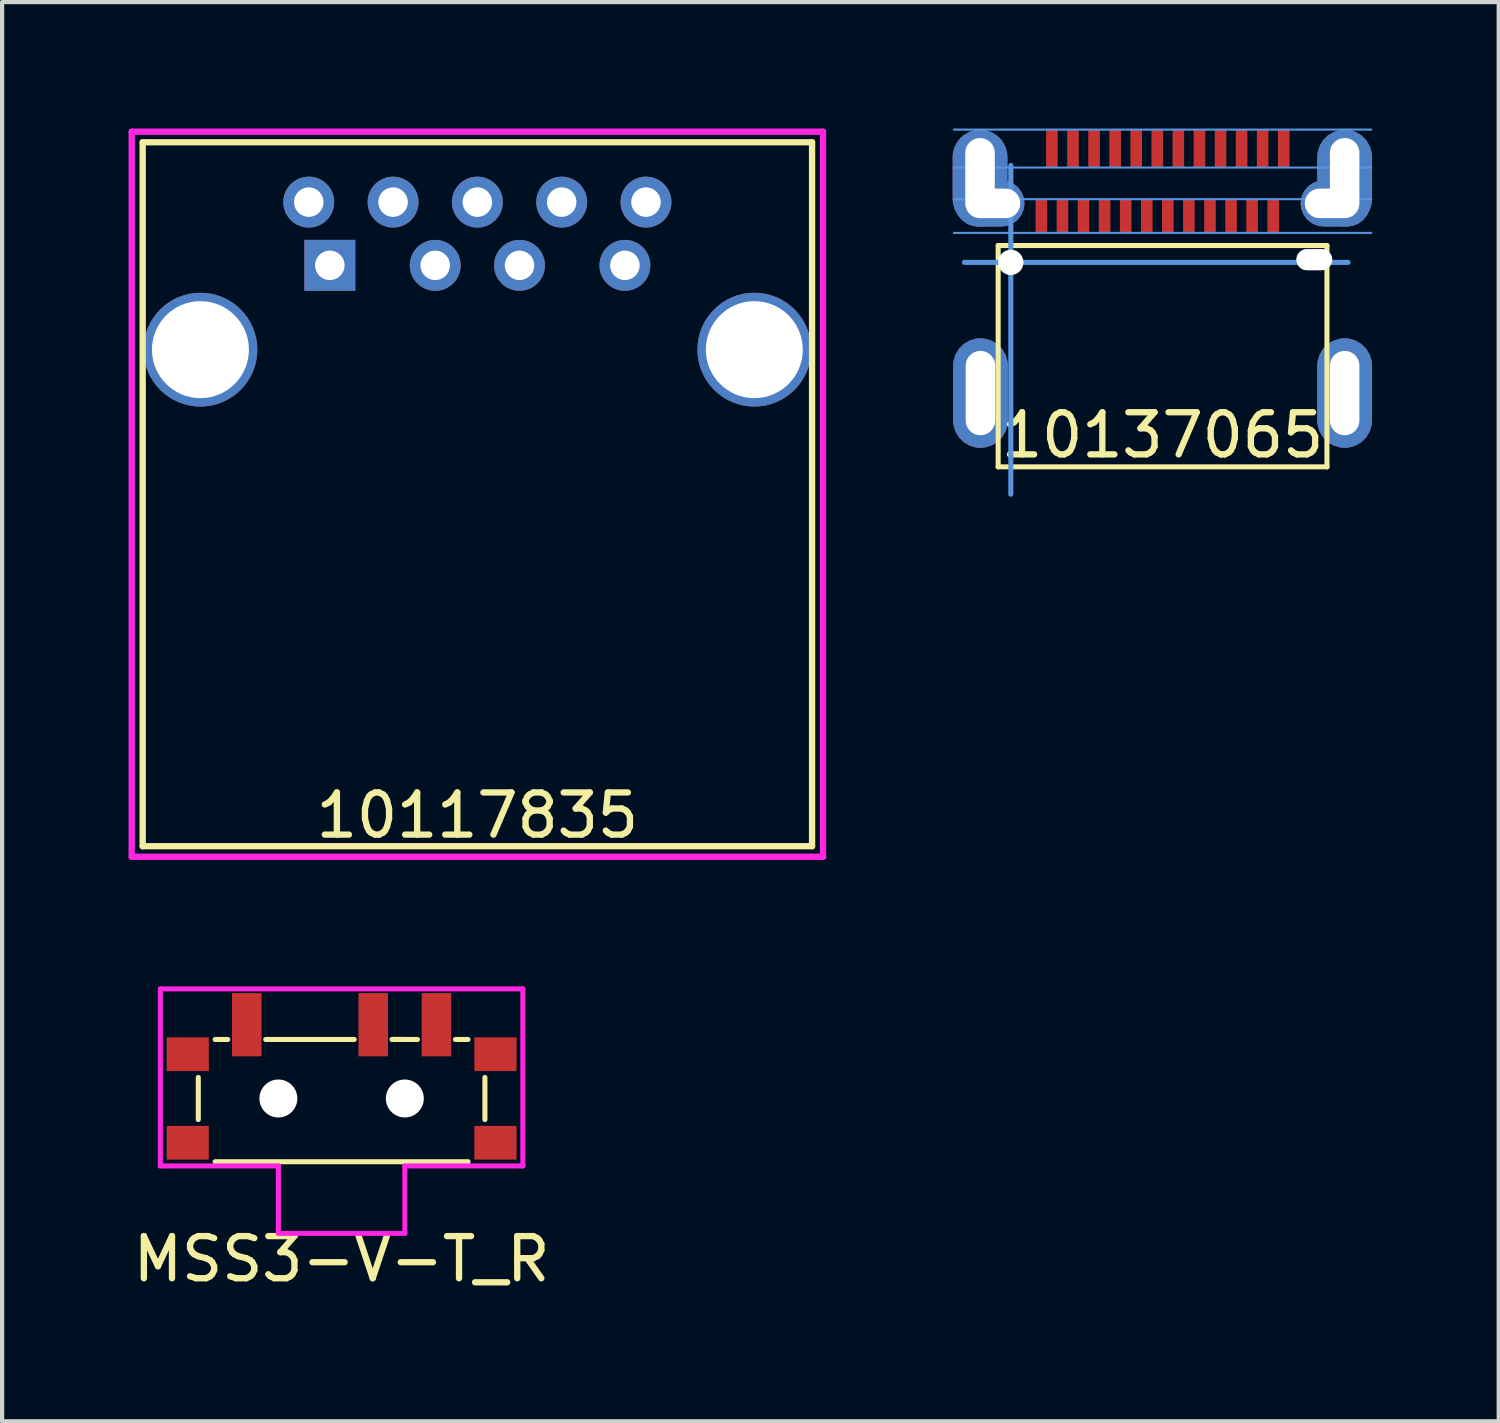
<source format=kicad_pcb>
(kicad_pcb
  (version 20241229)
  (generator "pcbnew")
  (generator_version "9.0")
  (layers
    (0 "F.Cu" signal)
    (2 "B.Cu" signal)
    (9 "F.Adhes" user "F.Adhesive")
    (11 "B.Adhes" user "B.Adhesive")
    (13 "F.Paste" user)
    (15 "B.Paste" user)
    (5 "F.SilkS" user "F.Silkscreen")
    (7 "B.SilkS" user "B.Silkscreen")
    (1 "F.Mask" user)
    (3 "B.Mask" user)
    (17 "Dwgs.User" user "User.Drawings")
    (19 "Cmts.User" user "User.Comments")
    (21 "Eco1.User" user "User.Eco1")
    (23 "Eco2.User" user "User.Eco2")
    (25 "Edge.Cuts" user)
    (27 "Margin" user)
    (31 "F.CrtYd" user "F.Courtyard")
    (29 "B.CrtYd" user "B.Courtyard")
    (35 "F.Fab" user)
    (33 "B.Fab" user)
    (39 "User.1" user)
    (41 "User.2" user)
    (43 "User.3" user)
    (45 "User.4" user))
  (footprint "MSS3-V-T_R"
    (layer "F.Cu")
    (at 5.054 23.01)
    (property "Reference" "MSS3-V-T_R" (at 0 3.81 0) (layer "F.SilkS") (effects (font (size 1 1) (thickness 0.15))))
    (attr smd)
    (fp_line (start -3.4 -0.5) (end -3.4 0.5) (stroke (width 0.12) (type solid)) (layer "F.SilkS"))
    (fp_line (start -3 1.5) (end 3 1.5) (stroke (width 0.12) (type solid)) (layer "F.SilkS"))
    (fp_line (start -2.7 -1.4) (end -3 -1.4) (stroke (width 0.12) (type solid)) (layer "F.SilkS"))
    (fp_line (start 0.3 -1.4) (end -1.8 -1.4) (stroke (width 0.12) (type solid)) (layer "F.SilkS"))
    (fp_line (start 1.2 -1.4) (end 1.3 -1.4) (stroke (width 0.12) (type solid)) (layer "F.SilkS"))
    (fp_line (start 1.3 -1.4) (end 1.4 -1.4) (stroke (width 0.12) (type solid)) (layer "F.SilkS"))
    (fp_line (start 1.4 -1.4) (end 1.5 -1.4) (stroke (width 0.12) (type solid)) (layer "F.SilkS"))
    (fp_line (start 1.8 -1.4) (end 1.2 -1.4) (stroke (width 0.12) (type solid)) (layer "F.SilkS"))
    (fp_line (start 2.7 -1.4) (end 3 -1.4) (stroke (width 0.12) (type solid)) (layer "F.SilkS"))
    (fp_line (start 3.4 -0.5) (end 3.4 0.5) (stroke (width 0.12) (type solid)) (layer "F.SilkS"))
    (fp_line (start -4.3 -2.6) (end -4.3 1.6) (stroke (width 0.12) (type solid)) (layer "F.CrtYd"))
    (fp_line (start -4.3 1.6) (end -1.5 1.6) (stroke (width 0.12) (type solid)) (layer "F.CrtYd"))
    (fp_line (start -1.5 1.6) (end -1.5 3.2) (stroke (width 0.12) (type solid)) (layer "F.CrtYd"))
    (fp_line (start -1.5 3.2) (end 1.5 3.2) (stroke (width 0.12) (type solid)) (layer "F.CrtYd"))
    (fp_line (start 1.5 1.6) (end 4.3 1.6) (stroke (width 0.12) (type solid)) (layer "F.CrtYd"))
    (fp_line (start 1.5 3.2) (end 1.5 1.6) (stroke (width 0.12) (type solid)) (layer "F.CrtYd"))
    (fp_line (start 4.3 -2.6) (end -4.3 -2.6) (stroke (width 0.12) (type solid)) (layer "F.CrtYd"))
    (fp_line (start 4.3 1.6) (end 4.3 -2.6) (stroke (width 0.12) (type solid)) (layer "F.CrtYd"))
    (pad "" smd rect (at -3.65 -1.05) (size 1 0.8) (layers "F.Cu" "F.Mask" "F.Paste"))
    (pad "" smd rect (at -3.65 1.05) (size 1 0.8) (layers "F.Cu" "F.Mask" "F.Paste"))
    (pad "" np_thru_hole circle (at -1.5 0) (size 0.9 0.9) (drill 0.9) (layers "*.Cu" "*.Mask"))
    (pad "" np_thru_hole circle (at 1.5 0) (size 0.9 0.9) (drill 0.9) (layers "*.Cu" "*.Mask"))
    (pad "" smd rect (at 3.65 -1.05) (size 1 0.8) (layers "F.Cu" "F.Mask" "F.Paste"))
    (pad "" smd rect (at 3.65 1.05) (size 1 0.8) (layers "F.Cu" "F.Mask" "F.Paste"))
    (pad "1" smd rect (at -2.25 -1.75) (size 0.7 1.5) (layers "F.Cu" "F.Mask" "F.Paste"))
    (pad "2" smd rect (at 0.75 -1.75) (size 0.7 1.5) (layers "F.Cu" "F.Mask" "F.Paste"))
    (pad "3" smd rect (at 2.25 -1.75) (size 0.7 1.5) (layers "F.Cu" "F.Mask" "F.Paste")))
  (footprint "10137065"
    (layer "F.Cu")
    (at 24.53 6.275)
    (property "Reference" "10137065" (at 0 1 0) (layer "F.SilkS") (effects (font (size 1 1) (thickness 0.15))))
    (attr through_hole)
    (fp_line (start -3.9 -3.5) (end 3.9 -3.5) (stroke (width 0.12) (type solid)) (layer "F.SilkS"))
    (fp_line (start -3.9 1.75) (end -3.9 -3.5) (stroke (width 0.12) (type solid)) (layer "F.SilkS"))
    (fp_line (start 3.9 -3.5) (end 3.9 1.75) (stroke (width 0.12) (type solid)) (layer "F.SilkS"))
    (fp_line (start 3.9 1.75) (end -3.9 1.75) (stroke (width 0.12) (type solid)) (layer "F.SilkS"))
    (fp_line (start -4.7 -3.1) (end 4.4 -3.1) (stroke (width 0.12) (type solid)) (layer "Cmts.User"))
    (fp_line (start -3.6 -5.4) (end -3.6 2.4) (stroke (width 0.12) (type solid)) (layer "Cmts.User"))
    (fp_line (start 4.95 -6.25) (end -4.95 -6.25) (stroke (width 0.05) (type solid)) (layer "Cmts.User"))
    (fp_line (start 4.95 -5.35) (end -4.95 -5.35) (stroke (width 0.05) (type solid)) (layer "Cmts.User"))
    (fp_line (start 4.95 -4.6) (end -4.95 -4.6) (stroke (width 0.05) (type solid)) (layer "Cmts.User"))
    (fp_line (start 4.95 -3.8) (end -4.95 -3.8) (stroke (width 0.05) (type solid)) (layer "Cmts.User"))
    (pad "" np_thru_hole circle (at -3.6 -3.1) (size 0.6 0.6) (drill 0.6) (layers "*.Cu" "*.Mask"))
    (pad "" np_thru_hole roundrect (at 3.6 -3.165) (size 0.85 0.5) (drill oval 0.85 0.5) (layers "*.Cu" "*.Mask") (roundrect_rratio 0.5))
    (pad "A1" smd rect (at -2.625 -5.8) (size 0.275 0.9) (layers "F.Cu" "F.Mask" "F.Paste"))
    (pad "A2" smd rect (at -2.125 -5.8) (size 0.275 0.9) (layers "F.Cu" "F.Mask" "F.Paste"))
    (pad "A3" smd rect (at -1.625 -5.8) (size 0.275 0.9) (layers "F.Cu" "F.Mask" "F.Paste"))
    (pad "A4" smd rect (at -1.125 -5.8) (size 0.275 0.9) (layers "F.Cu" "F.Mask" "F.Paste"))
    (pad "A5" smd rect (at -0.625 -5.8) (size 0.275 0.9) (layers "F.Cu" "F.Mask" "F.Paste"))
    (pad "A6" smd rect (at -0.125 -5.8) (size 0.275 0.9) (layers "F.Cu" "F.Mask" "F.Paste"))
    (pad "A7" smd rect (at 0.375 -5.8) (size 0.275 0.9) (layers "F.Cu" "F.Mask" "F.Paste"))
    (pad "A8" smd rect (at 0.875 -5.8) (size 0.275 0.9) (layers "F.Cu" "F.Mask" "F.Paste"))
    (pad "A9" smd rect (at 1.375 -5.8) (size 0.275 0.9) (layers "F.Cu" "F.Mask" "F.Paste"))
    (pad "A10" smd rect (at 1.875 -5.8) (size 0.275 0.9) (layers "F.Cu" "F.Mask" "F.Paste"))
    (pad "A11" smd rect (at 2.375 -5.8) (size 0.275 0.9) (layers "F.Cu" "F.Mask" "F.Paste"))
    (pad "A12" smd rect (at 2.875 -5.8) (size 0.275 0.9) (layers "F.Cu" "F.Mask" "F.Paste"))
    (pad "B1" smd rect (at 2.625 -4.2) (size 0.275 0.8) (layers "F.Cu" "F.Mask" "F.Paste"))
    (pad "B2" smd rect (at 2.125 -4.2) (size 0.275 0.8) (layers "F.Cu" "F.Mask" "F.Paste"))
    (pad "B3" smd rect (at 1.625 -4.2) (size 0.275 0.8) (layers "F.Cu" "F.Mask" "F.Paste"))
    (pad "B4" smd rect (at 1.125 -4.2) (size 0.275 0.8) (layers "F.Cu" "F.Mask" "F.Paste"))
    (pad "B5" smd rect (at 0.625 -4.2) (size 0.275 0.8) (layers "F.Cu" "F.Mask" "F.Paste"))
    (pad "B6" smd rect (at 0.125 -4.2) (size 0.275 0.8) (layers "F.Cu" "F.Mask" "F.Paste"))
    (pad "B7" smd rect (at -0.375 -4.2) (size 0.275 0.8) (layers "F.Cu" "F.Mask" "F.Paste"))
    (pad "B8" smd rect (at -0.875 -4.2) (size 0.275 0.8) (layers "F.Cu" "F.Mask" "F.Paste"))
    (pad "B9" smd rect (at -1.375 -4.2) (size 0.275 0.8) (layers "F.Cu" "F.Mask" "F.Paste"))
    (pad "B10" smd rect (at -1.875 -4.2) (size 0.275 0.8) (layers "F.Cu" "F.Mask" "F.Paste"))
    (pad "B11" smd rect (at -2.375 -4.2) (size 0.275 0.8) (layers "F.Cu" "F.Mask" "F.Paste"))
    (pad "B12" smd rect (at -2.875 -4.2) (size 0.275 0.8) (layers "F.Cu" "F.Mask" "F.Paste"))
    (pad "S1" thru_hole roundrect (at -4.33 -5.1) (size 1.3 2.3) (drill oval 0.7 1.9) (layers "*.Cu" "*.Mask") (roundrect_rratio 0.5))
    (pad "S1" thru_hole roundrect (at -4.32 0) (size 1.3 2.6) (drill oval 0.7 2) (layers "*.Cu" "*.Mask") (roundrect_rratio 0.5))
    (pad "S1" thru_hole roundrect (at -4 -4.5) (size 1.65 1.1) (drill oval 1.25 0.7 (offset -0.1 0)) (layers "*.Cu" "*.Mask") (roundrect_rratio 0.5))
    (pad "S1" thru_hole roundrect (at 4 -4.5) (size 1.65 1.1) (drill oval 1.25 0.7 (offset 0.1 0)) (layers "*.Cu" "*.Mask") (roundrect_rratio 0.5))
    (pad "S1" thru_hole roundrect (at 4.32 -5.1) (size 1.3 2.3) (drill oval 0.7 1.9) (layers "*.Cu" "*.Mask") (roundrect_rratio 0.5))
    (pad "S1" thru_hole roundrect (at 4.32 0) (size 1.3 2.6) (drill oval 0.7 2) (layers "*.Cu" "*.Mask") (roundrect_rratio 0.5)))
  (footprint "10117835"
    (layer "F.Cu")
    (at 8.275 8.675)
    (property "Reference" "10117835" (at 0 7.62 0) (layer "F.SilkS") (effects (font (size 1 1) (thickness 0.15))))
    (attr through_hole)
    (fp_line (start -7.94 -8.35) (end 7.94 -8.35) (stroke (width 0.15) (type solid)) (layer "F.SilkS"))
    (fp_line (start -7.94 8.35) (end -7.94 -8.35) (stroke (width 0.15) (type solid)) (layer "F.SilkS"))
    (fp_line (start 7.94 -8.35) (end 7.94 8.35) (stroke (width 0.15) (type solid)) (layer "F.SilkS"))
    (fp_line (start 7.94 8.35) (end -7.94 8.35) (stroke (width 0.15) (type solid)) (layer "F.SilkS"))
    (fp_line (start -8.2 -8.6) (end 8.2 -8.6) (stroke (width 0.15) (type solid)) (layer "F.CrtYd"))
    (fp_line (start -8.2 8.6) (end -8.2 -8.6) (stroke (width 0.15) (type solid)) (layer "F.CrtYd"))
    (fp_line (start 8.2 -8.6) (end 8.2 8.6) (stroke (width 0.15) (type solid)) (layer "F.CrtYd"))
    (fp_line (start 8.2 8.6) (end -8.2 8.6) (stroke (width 0.15) (type solid)) (layer "F.CrtYd"))
    (pad "1" thru_hole rect (at -3.5 -5.43) (size 1.208 1.208) (drill 0.7) (layers "*.Cu" "*.Mask"))
    (pad "2" thru_hole circle (at -1 -5.43) (size 1.208 1.208) (drill 0.7) (layers "*.Cu" "*.Mask"))
    (pad "3" thru_hole circle (at 1 -5.43) (size 1.208 1.208) (drill 0.7) (layers "*.Cu" "*.Mask"))
    (pad "4" thru_hole circle (at 3.5 -5.43) (size 1.208 1.208) (drill 0.7) (layers "*.Cu" "*.Mask"))
    (pad "5" thru_hole circle (at 4 -6.93) (size 1.208 1.208) (drill 0.7) (layers "*.Cu" "*.Mask"))
    (pad "6" thru_hole circle (at 2 -6.93) (size 1.208 1.208) (drill 0.7) (layers "*.Cu" "*.Mask"))
    (pad "7" thru_hole circle (at 0 -6.93) (size 1.208 1.208) (drill 0.7) (layers "*.Cu" "*.Mask"))
    (pad "8" thru_hole circle (at -2 -6.93) (size 1.208 1.208) (drill 0.7) (layers "*.Cu" "*.Mask"))
    (pad "9" thru_hole circle (at -4 -6.93) (size 1.208 1.208) (drill 0.7) (layers "*.Cu" "*.Mask"))
    (pad "10" thru_hole circle (at -6.57 -3.43) (size 2.7 2.7) (drill 2.3) (layers "*.Cu" "*.Mask"))
    (pad "10" thru_hole circle (at 6.57 -3.43) (size 2.7 2.7) (drill 2.3) (layers "*.Cu" "*.Mask")))
  (gr_rect
    (start -3 -3)
    (end 32.505 30.668)
    (stroke (width 0.1) (type default))
    (fill no)
    (layer "Edge.Cuts")))
</source>
